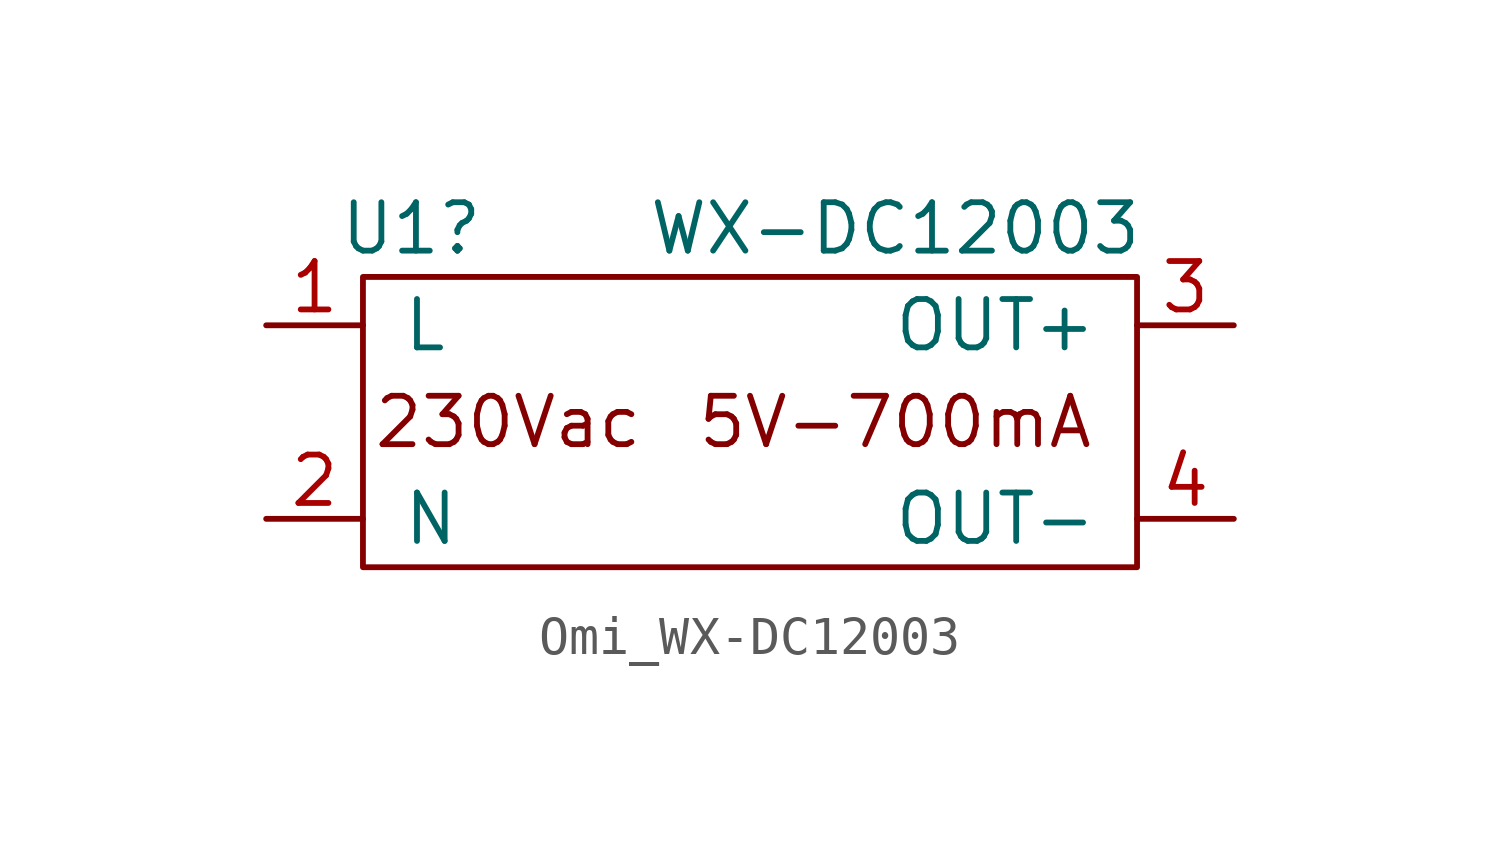
<source format=kicad_sym>
(kicad_symbol_lib
  (version 20220914)
  (generator kicad_symbol_editor)
  (symbol "Omi_WX-DC12003"
    (pin_names
      (offset 1.016))
    (property "Reference" "U1"
      (at 3.81 -1.27 0)
      (effects (font (size 1.27 1.27))))
    (property "Value" "WX-DC12003"
      (at 16.51 -1.27 0)
      (effects (font (size 1.27 1.27))))
    (symbol "Omi_WX-DC12003_0_0"
      (rectangle (start 2.54 -2.54) (end 22.86 -10.16) (stroke (width 0) (type solid)) (fill (type none)))
      (text "230Vac" (at 6.35 -6.35 0) (effects (font (size 1.27 1.27))))
      (text "5V-700mA" (at 16.51 -6.35 0) (effects (font (size 1.27 1.27)))))
    (symbol "Omi_WX-DC12003_1_1"
      (pin power_in line (at 0 -3.81 0) (length 2.54) (name "L" (effects (font (size 1.27 1.27)))) (number "1" (effects (font (size 1.27 1.27)))))
      (pin power_in line (at 0 -8.89 0) (length 2.54) (name "N" (effects (font (size 1.27 1.27)))) (number "2" (effects (font (size 1.27 1.27)))))
      (pin power_out line (at 25.4 -3.81 180) (length 2.54) (name "OUT+" (effects (font (size 1.27 1.27)))) (number "3" (effects (font (size 1.27 1.27)))))
      (pin power_out line (at 25.4 -8.89 180) (length 2.54) (name "OUT-" (effects (font (size 1.27 1.27)))) (number "4" (effects (font (size 1.27 1.27))))))))
</source>
